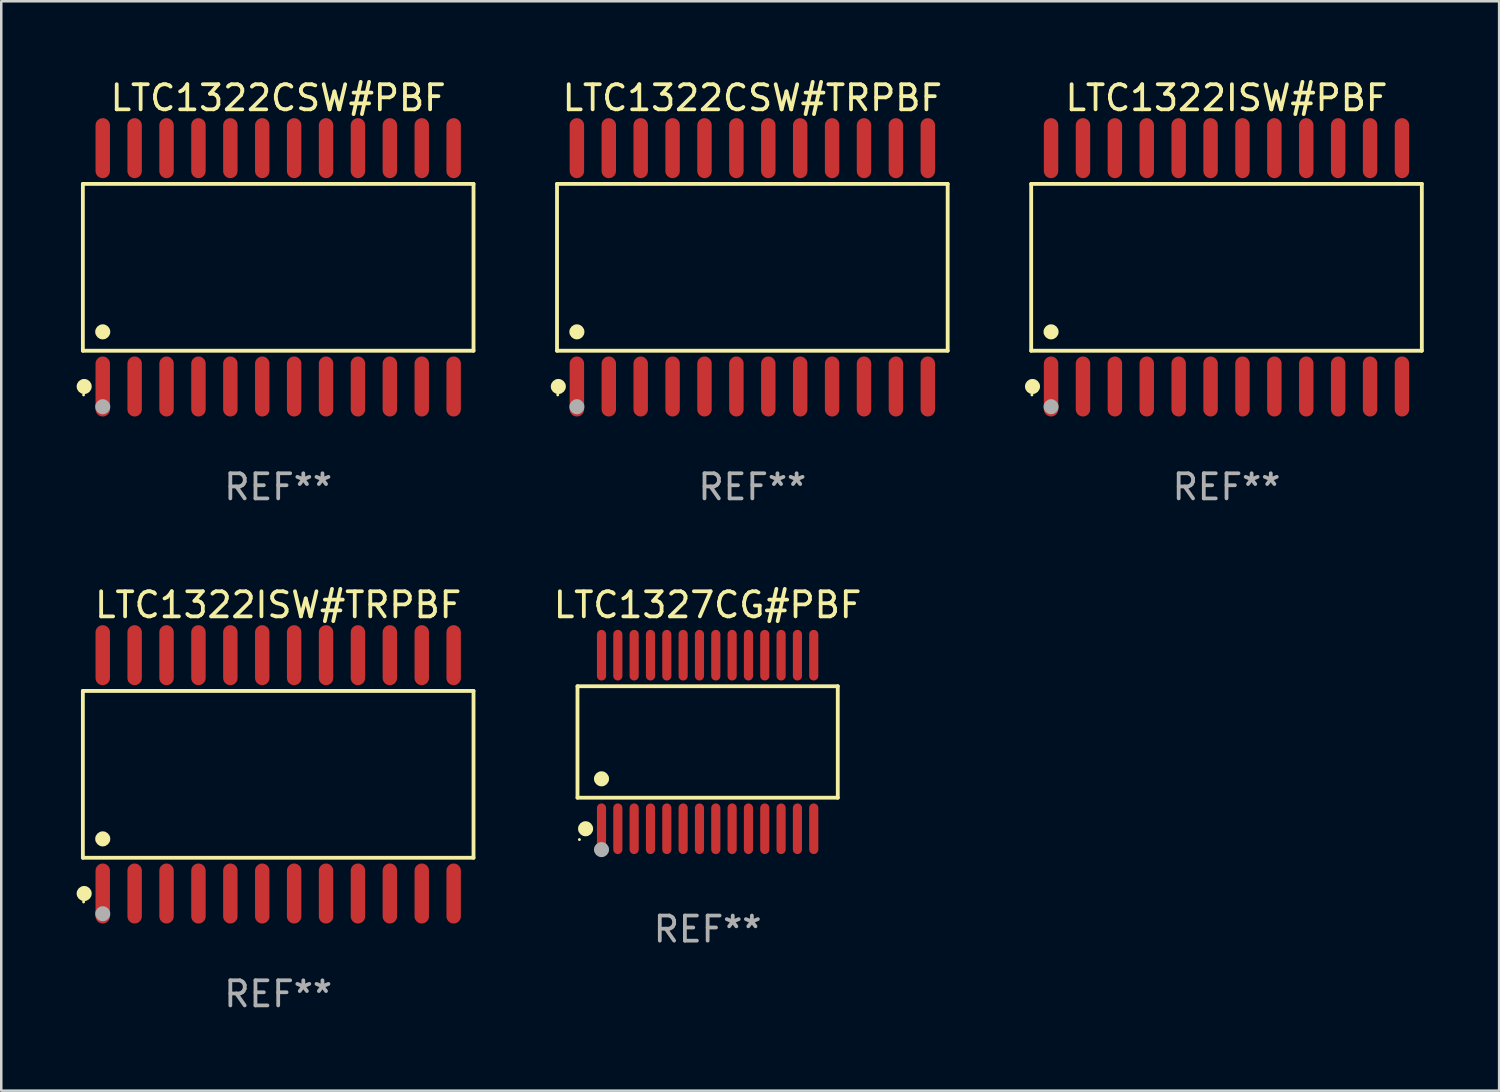
<source format=kicad_pcb>
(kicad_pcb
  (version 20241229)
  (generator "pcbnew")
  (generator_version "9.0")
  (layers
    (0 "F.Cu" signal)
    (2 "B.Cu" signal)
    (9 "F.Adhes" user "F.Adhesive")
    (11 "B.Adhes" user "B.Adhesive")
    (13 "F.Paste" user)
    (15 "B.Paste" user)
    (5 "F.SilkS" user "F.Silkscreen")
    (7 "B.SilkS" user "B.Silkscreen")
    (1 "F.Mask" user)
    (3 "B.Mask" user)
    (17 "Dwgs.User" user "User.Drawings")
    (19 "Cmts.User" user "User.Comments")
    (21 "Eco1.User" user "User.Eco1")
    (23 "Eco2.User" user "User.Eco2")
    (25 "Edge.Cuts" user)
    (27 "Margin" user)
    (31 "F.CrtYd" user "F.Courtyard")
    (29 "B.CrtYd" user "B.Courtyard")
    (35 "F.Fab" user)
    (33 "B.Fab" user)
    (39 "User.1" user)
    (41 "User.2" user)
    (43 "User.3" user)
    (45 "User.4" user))
  (footprint "LTC1322CSW#PBF"
    (layer "F.Cu")
    (at 8.025 7.592)
    (property "Reference" "LTC1322CSW#PBF" (at 0 -6.744 0) (layer "F.SilkS") (effects (font (size 1 1) (thickness 0.15))))
    (attr through_hole)
    (fp_line (start -7.776 -3.321) (end 7.776 -3.321) (stroke (width 0.152) (type solid)) (layer "F.SilkS"))
    (fp_line (start -7.776 3.321) (end -7.776 -3.321) (stroke (width 0.152) (type solid)) (layer "F.SilkS"))
    (fp_line (start 7.776 -3.321) (end 7.776 3.321) (stroke (width 0.152) (type solid)) (layer "F.SilkS"))
    (fp_line (start 7.776 3.321) (end -7.776 3.321) (stroke (width 0.152) (type solid)) (layer "F.SilkS"))
    (fp_circle (center -7.747 5.08) (end -7.717 5.08) (stroke (width 0.06) (type solid)) (fill no) (layer "F.SilkS"))
    (fp_circle (center -7.724 4.744) (end -7.574 4.744) (stroke (width 0.3) (type solid)) (fill no) (layer "F.SilkS"))
    (fp_circle (center -6.985 2.569) (end -6.835 2.569) (stroke (width 0.3) (type solid)) (fill no) (layer "F.SilkS"))
    (fp_circle (center -6.985 5.55) (end -6.835 5.55) (stroke (width 0.3) (type solid)) (fill no) (layer "F.Fab"))
    (fp_text user "REF**" (at 0 8.744 0) (layer "F.Fab") (effects (font (size 1 1) (thickness 0.15))))
    (pad "1" smd oval (at -6.985 4.744) (size 0.574 2.388) (layers "F.Cu" "F.Mask" "F.Paste"))
    (pad "2" smd oval (at -5.715 4.744) (size 0.574 2.388) (layers "F.Cu" "F.Mask" "F.Paste"))
    (pad "3" smd oval (at -4.445 4.744) (size 0.574 2.388) (layers "F.Cu" "F.Mask" "F.Paste"))
    (pad "4" smd oval (at -3.175 4.744) (size 0.574 2.388) (layers "F.Cu" "F.Mask" "F.Paste"))
    (pad "5" smd oval (at -1.905 4.744) (size 0.574 2.388) (layers "F.Cu" "F.Mask" "F.Paste"))
    (pad "6" smd oval (at -0.635 4.744) (size 0.574 2.388) (layers "F.Cu" "F.Mask" "F.Paste"))
    (pad "7" smd oval (at 0.635 4.744) (size 0.574 2.388) (layers "F.Cu" "F.Mask" "F.Paste"))
    (pad "8" smd oval (at 1.905 4.744) (size 0.574 2.388) (layers "F.Cu" "F.Mask" "F.Paste"))
    (pad "9" smd oval (at 3.175 4.744) (size 0.574 2.388) (layers "F.Cu" "F.Mask" "F.Paste"))
    (pad "10" smd oval (at 4.445 4.744) (size 0.574 2.388) (layers "F.Cu" "F.Mask" "F.Paste"))
    (pad "11" smd oval (at 5.715 4.744) (size 0.574 2.388) (layers "F.Cu" "F.Mask" "F.Paste"))
    (pad "12" smd oval (at 6.985 4.744) (size 0.574 2.388) (layers "F.Cu" "F.Mask" "F.Paste"))
    (pad "13" smd oval (at 6.985 -4.744) (size 0.574 2.388) (layers "F.Cu" "F.Mask" "F.Paste"))
    (pad "14" smd oval (at 5.715 -4.744) (size 0.574 2.388) (layers "F.Cu" "F.Mask" "F.Paste"))
    (pad "15" smd oval (at 4.445 -4.744) (size 0.574 2.388) (layers "F.Cu" "F.Mask" "F.Paste"))
    (pad "16" smd oval (at 3.175 -4.744) (size 0.574 2.388) (layers "F.Cu" "F.Mask" "F.Paste"))
    (pad "17" smd oval (at 1.905 -4.744) (size 0.574 2.388) (layers "F.Cu" "F.Mask" "F.Paste"))
    (pad "18" smd oval (at 0.635 -4.744) (size 0.574 2.388) (layers "F.Cu" "F.Mask" "F.Paste"))
    (pad "19" smd oval (at -0.635 -4.744) (size 0.574 2.388) (layers "F.Cu" "F.Mask" "F.Paste"))
    (pad "20" smd oval (at -1.905 -4.744) (size 0.574 2.388) (layers "F.Cu" "F.Mask" "F.Paste"))
    (pad "21" smd oval (at -3.175 -4.744) (size 0.574 2.388) (layers "F.Cu" "F.Mask" "F.Paste"))
    (pad "22" smd oval (at -4.445 -4.744) (size 0.574 2.388) (layers "F.Cu" "F.Mask" "F.Paste"))
    (pad "23" smd oval (at -5.715 -4.744) (size 0.574 2.388) (layers "F.Cu" "F.Mask" "F.Paste"))
    (pad "24" smd oval (at -6.985 -4.744) (size 0.574 2.388) (layers "F.Cu" "F.Mask" "F.Paste")))
  (footprint "LTC1327CG#PBF"
    (layer "F.Cu")
    (at 25.121 26.488)
    (property "Reference" "LTC1327CG#PBF" (at 0 -5.455 0) (layer "F.SilkS") (effects (font (size 1 1) (thickness 0.15))))
    (attr through_hole)
    (fp_line (start -5.181 -2.219) (end 5.181 -2.219) (stroke (width 0.152) (type solid)) (layer "F.SilkS"))
    (fp_line (start -5.181 2.219) (end -5.181 -2.219) (stroke (width 0.152) (type solid)) (layer "F.SilkS"))
    (fp_line (start 5.181 -2.219) (end 5.181 2.219) (stroke (width 0.152) (type solid)) (layer "F.SilkS"))
    (fp_line (start 5.181 2.219) (end -5.181 2.219) (stroke (width 0.152) (type solid)) (layer "F.SilkS"))
    (fp_circle (center -5.105 3.885) (end -5.075 3.885) (stroke (width 0.06) (type solid)) (fill no) (layer "F.SilkS"))
    (fp_circle (center -4.859 3.455) (end -4.709 3.455) (stroke (width 0.3) (type solid)) (fill no) (layer "F.SilkS"))
    (fp_circle (center -4.225 1.467) (end -4.075 1.467) (stroke (width 0.3) (type solid)) (fill no) (layer "F.SilkS"))
    (fp_circle (center -4.225 4.285) (end -4.075 4.285) (stroke (width 0.3) (type solid)) (fill no) (layer "F.Fab"))
    (fp_text user "REF**" (at 0 7.455 0) (layer "F.Fab") (effects (font (size 1 1) (thickness 0.15))))
    (pad "1" smd oval (at -4.225 3.455) (size 0.364 2.015) (layers "F.Cu" "F.Mask" "F.Paste"))
    (pad "2" smd oval (at -3.575 3.455) (size 0.364 2.015) (layers "F.Cu" "F.Mask" "F.Paste"))
    (pad "3" smd oval (at -2.925 3.455) (size 0.364 2.015) (layers "F.Cu" "F.Mask" "F.Paste"))
    (pad "4" smd oval (at -2.275 3.455) (size 0.364 2.015) (layers "F.Cu" "F.Mask" "F.Paste"))
    (pad "5" smd oval (at -1.625 3.455) (size 0.364 2.015) (layers "F.Cu" "F.Mask" "F.Paste"))
    (pad "6" smd oval (at -0.975 3.455) (size 0.364 2.015) (layers "F.Cu" "F.Mask" "F.Paste"))
    (pad "7" smd oval (at -0.325 3.455) (size 0.364 2.015) (layers "F.Cu" "F.Mask" "F.Paste"))
    (pad "8" smd oval (at 0.325 3.455) (size 0.364 2.015) (layers "F.Cu" "F.Mask" "F.Paste"))
    (pad "9" smd oval (at 0.975 3.455) (size 0.364 2.015) (layers "F.Cu" "F.Mask" "F.Paste"))
    (pad "10" smd oval (at 1.625 3.455) (size 0.364 2.015) (layers "F.Cu" "F.Mask" "F.Paste"))
    (pad "11" smd oval (at 2.275 3.455) (size 0.364 2.015) (layers "F.Cu" "F.Mask" "F.Paste"))
    (pad "12" smd oval (at 2.925 3.455) (size 0.364 2.015) (layers "F.Cu" "F.Mask" "F.Paste"))
    (pad "13" smd oval (at 3.575 3.455) (size 0.364 2.015) (layers "F.Cu" "F.Mask" "F.Paste"))
    (pad "14" smd oval (at 4.225 3.455) (size 0.364 2.015) (layers "F.Cu" "F.Mask" "F.Paste"))
    (pad "15" smd oval (at 4.225 -3.455) (size 0.364 2.015) (layers "F.Cu" "F.Mask" "F.Paste"))
    (pad "16" smd oval (at 3.575 -3.455) (size 0.364 2.015) (layers "F.Cu" "F.Mask" "F.Paste"))
    (pad "17" smd oval (at 2.925 -3.455) (size 0.364 2.015) (layers "F.Cu" "F.Mask" "F.Paste"))
    (pad "18" smd oval (at 2.275 -3.455) (size 0.364 2.015) (layers "F.Cu" "F.Mask" "F.Paste"))
    (pad "19" smd oval (at 1.625 -3.455) (size 0.364 2.015) (layers "F.Cu" "F.Mask" "F.Paste"))
    (pad "20" smd oval (at 0.975 -3.455) (size 0.364 2.015) (layers "F.Cu" "F.Mask" "F.Paste"))
    (pad "21" smd oval (at 0.325 -3.455) (size 0.364 2.015) (layers "F.Cu" "F.Mask" "F.Paste"))
    (pad "22" smd oval (at -0.325 -3.455) (size 0.364 2.015) (layers "F.Cu" "F.Mask" "F.Paste"))
    (pad "23" smd oval (at -0.975 -3.455) (size 0.364 2.015) (layers "F.Cu" "F.Mask" "F.Paste"))
    (pad "24" smd oval (at -1.625 -3.455) (size 0.364 2.015) (layers "F.Cu" "F.Mask" "F.Paste"))
    (pad "25" smd oval (at -2.275 -3.455) (size 0.364 2.015) (layers "F.Cu" "F.Mask" "F.Paste"))
    (pad "26" smd oval (at -2.925 -3.455) (size 0.364 2.015) (layers "F.Cu" "F.Mask" "F.Paste"))
    (pad "27" smd oval (at -3.575 -3.455) (size 0.364 2.015) (layers "F.Cu" "F.Mask" "F.Paste"))
    (pad "28" smd oval (at -4.225 -3.455) (size 0.364 2.015) (layers "F.Cu" "F.Mask" "F.Paste")))
  (footprint "LTC1322CSW#TRPBF"
    (layer "F.Cu")
    (at 26.901 7.592)
    (property "Reference" "LTC1322CSW#TRPBF" (at 0 -6.744 0) (layer "F.SilkS") (effects (font (size 1 1) (thickness 0.15))))
    (attr through_hole)
    (fp_line (start -7.776 -3.321) (end 7.776 -3.321) (stroke (width 0.152) (type solid)) (layer "F.SilkS"))
    (fp_line (start -7.776 3.321) (end -7.776 -3.321) (stroke (width 0.152) (type solid)) (layer "F.SilkS"))
    (fp_line (start 7.776 -3.321) (end 7.776 3.321) (stroke (width 0.152) (type solid)) (layer "F.SilkS"))
    (fp_line (start 7.776 3.321) (end -7.776 3.321) (stroke (width 0.152) (type solid)) (layer "F.SilkS"))
    (fp_circle (center -7.747 5.08) (end -7.717 5.08) (stroke (width 0.06) (type solid)) (fill no) (layer "F.SilkS"))
    (fp_circle (center -7.724 4.744) (end -7.574 4.744) (stroke (width 0.3) (type solid)) (fill no) (layer "F.SilkS"))
    (fp_circle (center -6.985 2.569) (end -6.835 2.569) (stroke (width 0.3) (type solid)) (fill no) (layer "F.SilkS"))
    (fp_circle (center -6.985 5.55) (end -6.835 5.55) (stroke (width 0.3) (type solid)) (fill no) (layer "F.Fab"))
    (fp_text user "REF**" (at 0 8.744 0) (layer "F.Fab") (effects (font (size 1 1) (thickness 0.15))))
    (pad "1" smd oval (at -6.985 4.744) (size 0.574 2.388) (layers "F.Cu" "F.Mask" "F.Paste"))
    (pad "2" smd oval (at -5.715 4.744) (size 0.574 2.388) (layers "F.Cu" "F.Mask" "F.Paste"))
    (pad "3" smd oval (at -4.445 4.744) (size 0.574 2.388) (layers "F.Cu" "F.Mask" "F.Paste"))
    (pad "4" smd oval (at -3.175 4.744) (size 0.574 2.388) (layers "F.Cu" "F.Mask" "F.Paste"))
    (pad "5" smd oval (at -1.905 4.744) (size 0.574 2.388) (layers "F.Cu" "F.Mask" "F.Paste"))
    (pad "6" smd oval (at -0.635 4.744) (size 0.574 2.388) (layers "F.Cu" "F.Mask" "F.Paste"))
    (pad "7" smd oval (at 0.635 4.744) (size 0.574 2.388) (layers "F.Cu" "F.Mask" "F.Paste"))
    (pad "8" smd oval (at 1.905 4.744) (size 0.574 2.388) (layers "F.Cu" "F.Mask" "F.Paste"))
    (pad "9" smd oval (at 3.175 4.744) (size 0.574 2.388) (layers "F.Cu" "F.Mask" "F.Paste"))
    (pad "10" smd oval (at 4.445 4.744) (size 0.574 2.388) (layers "F.Cu" "F.Mask" "F.Paste"))
    (pad "11" smd oval (at 5.715 4.744) (size 0.574 2.388) (layers "F.Cu" "F.Mask" "F.Paste"))
    (pad "12" smd oval (at 6.985 4.744) (size 0.574 2.388) (layers "F.Cu" "F.Mask" "F.Paste"))
    (pad "13" smd oval (at 6.985 -4.744) (size 0.574 2.388) (layers "F.Cu" "F.Mask" "F.Paste"))
    (pad "14" smd oval (at 5.715 -4.744) (size 0.574 2.388) (layers "F.Cu" "F.Mask" "F.Paste"))
    (pad "15" smd oval (at 4.445 -4.744) (size 0.574 2.388) (layers "F.Cu" "F.Mask" "F.Paste"))
    (pad "16" smd oval (at 3.175 -4.744) (size 0.574 2.388) (layers "F.Cu" "F.Mask" "F.Paste"))
    (pad "17" smd oval (at 1.905 -4.744) (size 0.574 2.388) (layers "F.Cu" "F.Mask" "F.Paste"))
    (pad "18" smd oval (at 0.635 -4.744) (size 0.574 2.388) (layers "F.Cu" "F.Mask" "F.Paste"))
    (pad "19" smd oval (at -0.635 -4.744) (size 0.574 2.388) (layers "F.Cu" "F.Mask" "F.Paste"))
    (pad "20" smd oval (at -1.905 -4.744) (size 0.574 2.388) (layers "F.Cu" "F.Mask" "F.Paste"))
    (pad "21" smd oval (at -3.175 -4.744) (size 0.574 2.388) (layers "F.Cu" "F.Mask" "F.Paste"))
    (pad "22" smd oval (at -4.445 -4.744) (size 0.574 2.388) (layers "F.Cu" "F.Mask" "F.Paste"))
    (pad "23" smd oval (at -5.715 -4.744) (size 0.574 2.388) (layers "F.Cu" "F.Mask" "F.Paste"))
    (pad "24" smd oval (at -6.985 -4.744) (size 0.574 2.388) (layers "F.Cu" "F.Mask" "F.Paste")))
  (footprint "LTC1322ISW#PBF"
    (layer "F.Cu")
    (at 45.778 7.592)
    (property "Reference" "LTC1322ISW#PBF" (at 0 -6.744 0) (layer "F.SilkS") (effects (font (size 1 1) (thickness 0.15))))
    (attr through_hole)
    (fp_line (start -7.776 -3.321) (end 7.776 -3.321) (stroke (width 0.152) (type solid)) (layer "F.SilkS"))
    (fp_line (start -7.776 3.321) (end -7.776 -3.321) (stroke (width 0.152) (type solid)) (layer "F.SilkS"))
    (fp_line (start 7.776 -3.321) (end 7.776 3.321) (stroke (width 0.152) (type solid)) (layer "F.SilkS"))
    (fp_line (start 7.776 3.321) (end -7.776 3.321) (stroke (width 0.152) (type solid)) (layer "F.SilkS"))
    (fp_circle (center -7.747 5.08) (end -7.717 5.08) (stroke (width 0.06) (type solid)) (fill no) (layer "F.SilkS"))
    (fp_circle (center -7.724 4.744) (end -7.574 4.744) (stroke (width 0.3) (type solid)) (fill no) (layer "F.SilkS"))
    (fp_circle (center -6.985 2.569) (end -6.835 2.569) (stroke (width 0.3) (type solid)) (fill no) (layer "F.SilkS"))
    (fp_circle (center -6.985 5.55) (end -6.835 5.55) (stroke (width 0.3) (type solid)) (fill no) (layer "F.Fab"))
    (fp_text user "REF**" (at 0 8.744 0) (layer "F.Fab") (effects (font (size 1 1) (thickness 0.15))))
    (pad "1" smd oval (at -6.985 4.744) (size 0.574 2.388) (layers "F.Cu" "F.Mask" "F.Paste"))
    (pad "2" smd oval (at -5.715 4.744) (size 0.574 2.388) (layers "F.Cu" "F.Mask" "F.Paste"))
    (pad "3" smd oval (at -4.445 4.744) (size 0.574 2.388) (layers "F.Cu" "F.Mask" "F.Paste"))
    (pad "4" smd oval (at -3.175 4.744) (size 0.574 2.388) (layers "F.Cu" "F.Mask" "F.Paste"))
    (pad "5" smd oval (at -1.905 4.744) (size 0.574 2.388) (layers "F.Cu" "F.Mask" "F.Paste"))
    (pad "6" smd oval (at -0.635 4.744) (size 0.574 2.388) (layers "F.Cu" "F.Mask" "F.Paste"))
    (pad "7" smd oval (at 0.635 4.744) (size 0.574 2.388) (layers "F.Cu" "F.Mask" "F.Paste"))
    (pad "8" smd oval (at 1.905 4.744) (size 0.574 2.388) (layers "F.Cu" "F.Mask" "F.Paste"))
    (pad "9" smd oval (at 3.175 4.744) (size 0.574 2.388) (layers "F.Cu" "F.Mask" "F.Paste"))
    (pad "10" smd oval (at 4.445 4.744) (size 0.574 2.388) (layers "F.Cu" "F.Mask" "F.Paste"))
    (pad "11" smd oval (at 5.715 4.744) (size 0.574 2.388) (layers "F.Cu" "F.Mask" "F.Paste"))
    (pad "12" smd oval (at 6.985 4.744) (size 0.574 2.388) (layers "F.Cu" "F.Mask" "F.Paste"))
    (pad "13" smd oval (at 6.985 -4.744) (size 0.574 2.388) (layers "F.Cu" "F.Mask" "F.Paste"))
    (pad "14" smd oval (at 5.715 -4.744) (size 0.574 2.388) (layers "F.Cu" "F.Mask" "F.Paste"))
    (pad "15" smd oval (at 4.445 -4.744) (size 0.574 2.388) (layers "F.Cu" "F.Mask" "F.Paste"))
    (pad "16" smd oval (at 3.175 -4.744) (size 0.574 2.388) (layers "F.Cu" "F.Mask" "F.Paste"))
    (pad "17" smd oval (at 1.905 -4.744) (size 0.574 2.388) (layers "F.Cu" "F.Mask" "F.Paste"))
    (pad "18" smd oval (at 0.635 -4.744) (size 0.574 2.388) (layers "F.Cu" "F.Mask" "F.Paste"))
    (pad "19" smd oval (at -0.635 -4.744) (size 0.574 2.388) (layers "F.Cu" "F.Mask" "F.Paste"))
    (pad "20" smd oval (at -1.905 -4.744) (size 0.574 2.388) (layers "F.Cu" "F.Mask" "F.Paste"))
    (pad "21" smd oval (at -3.175 -4.744) (size 0.574 2.388) (layers "F.Cu" "F.Mask" "F.Paste"))
    (pad "22" smd oval (at -4.445 -4.744) (size 0.574 2.388) (layers "F.Cu" "F.Mask" "F.Paste"))
    (pad "23" smd oval (at -5.715 -4.744) (size 0.574 2.388) (layers "F.Cu" "F.Mask" "F.Paste"))
    (pad "24" smd oval (at -6.985 -4.744) (size 0.574 2.388) (layers "F.Cu" "F.Mask" "F.Paste")))
  (footprint "LTC1322ISW#TRPBF"
    (layer "F.Cu")
    (at 8.025 27.777)
    (property "Reference" "LTC1322ISW#TRPBF" (at 0 -6.744 0) (layer "F.SilkS") (effects (font (size 1 1) (thickness 0.15))))
    (attr through_hole)
    (fp_line (start -7.776 -3.321) (end 7.776 -3.321) (stroke (width 0.152) (type solid)) (layer "F.SilkS"))
    (fp_line (start -7.776 3.321) (end -7.776 -3.321) (stroke (width 0.152) (type solid)) (layer "F.SilkS"))
    (fp_line (start 7.776 -3.321) (end 7.776 3.321) (stroke (width 0.152) (type solid)) (layer "F.SilkS"))
    (fp_line (start 7.776 3.321) (end -7.776 3.321) (stroke (width 0.152) (type solid)) (layer "F.SilkS"))
    (fp_circle (center -7.747 5.08) (end -7.717 5.08) (stroke (width 0.06) (type solid)) (fill no) (layer "F.SilkS"))
    (fp_circle (center -7.724 4.744) (end -7.574 4.744) (stroke (width 0.3) (type solid)) (fill no) (layer "F.SilkS"))
    (fp_circle (center -6.985 2.569) (end -6.835 2.569) (stroke (width 0.3) (type solid)) (fill no) (layer "F.SilkS"))
    (fp_circle (center -6.985 5.55) (end -6.835 5.55) (stroke (width 0.3) (type solid)) (fill no) (layer "F.Fab"))
    (fp_text user "REF**" (at 0 8.744 0) (layer "F.Fab") (effects (font (size 1 1) (thickness 0.15))))
    (pad "1" smd oval (at -6.985 4.744) (size 0.574 2.388) (layers "F.Cu" "F.Mask" "F.Paste"))
    (pad "2" smd oval (at -5.715 4.744) (size 0.574 2.388) (layers "F.Cu" "F.Mask" "F.Paste"))
    (pad "3" smd oval (at -4.445 4.744) (size 0.574 2.388) (layers "F.Cu" "F.Mask" "F.Paste"))
    (pad "4" smd oval (at -3.175 4.744) (size 0.574 2.388) (layers "F.Cu" "F.Mask" "F.Paste"))
    (pad "5" smd oval (at -1.905 4.744) (size 0.574 2.388) (layers "F.Cu" "F.Mask" "F.Paste"))
    (pad "6" smd oval (at -0.635 4.744) (size 0.574 2.388) (layers "F.Cu" "F.Mask" "F.Paste"))
    (pad "7" smd oval (at 0.635 4.744) (size 0.574 2.388) (layers "F.Cu" "F.Mask" "F.Paste"))
    (pad "8" smd oval (at 1.905 4.744) (size 0.574 2.388) (layers "F.Cu" "F.Mask" "F.Paste"))
    (pad "9" smd oval (at 3.175 4.744) (size 0.574 2.388) (layers "F.Cu" "F.Mask" "F.Paste"))
    (pad "10" smd oval (at 4.445 4.744) (size 0.574 2.388) (layers "F.Cu" "F.Mask" "F.Paste"))
    (pad "11" smd oval (at 5.715 4.744) (size 0.574 2.388) (layers "F.Cu" "F.Mask" "F.Paste"))
    (pad "12" smd oval (at 6.985 4.744) (size 0.574 2.388) (layers "F.Cu" "F.Mask" "F.Paste"))
    (pad "13" smd oval (at 6.985 -4.744) (size 0.574 2.388) (layers "F.Cu" "F.Mask" "F.Paste"))
    (pad "14" smd oval (at 5.715 -4.744) (size 0.574 2.388) (layers "F.Cu" "F.Mask" "F.Paste"))
    (pad "15" smd oval (at 4.445 -4.744) (size 0.574 2.388) (layers "F.Cu" "F.Mask" "F.Paste"))
    (pad "16" smd oval (at 3.175 -4.744) (size 0.574 2.388) (layers "F.Cu" "F.Mask" "F.Paste"))
    (pad "17" smd oval (at 1.905 -4.744) (size 0.574 2.388) (layers "F.Cu" "F.Mask" "F.Paste"))
    (pad "18" smd oval (at 0.635 -4.744) (size 0.574 2.388) (layers "F.Cu" "F.Mask" "F.Paste"))
    (pad "19" smd oval (at -0.635 -4.744) (size 0.574 2.388) (layers "F.Cu" "F.Mask" "F.Paste"))
    (pad "20" smd oval (at -1.905 -4.744) (size 0.574 2.388) (layers "F.Cu" "F.Mask" "F.Paste"))
    (pad "21" smd oval (at -3.175 -4.744) (size 0.574 2.388) (layers "F.Cu" "F.Mask" "F.Paste"))
    (pad "22" smd oval (at -4.445 -4.744) (size 0.574 2.388) (layers "F.Cu" "F.Mask" "F.Paste"))
    (pad "23" smd oval (at -5.715 -4.744) (size 0.574 2.388) (layers "F.Cu" "F.Mask" "F.Paste"))
    (pad "24" smd oval (at -6.985 -4.744) (size 0.574 2.388) (layers "F.Cu" "F.Mask" "F.Paste")))
  (gr_rect
    (start -3 -3)
    (end 56.631 40.369)
    (stroke (width 0.1) (type default))
    (fill no)
    (layer "Edge.Cuts")))
</source>
